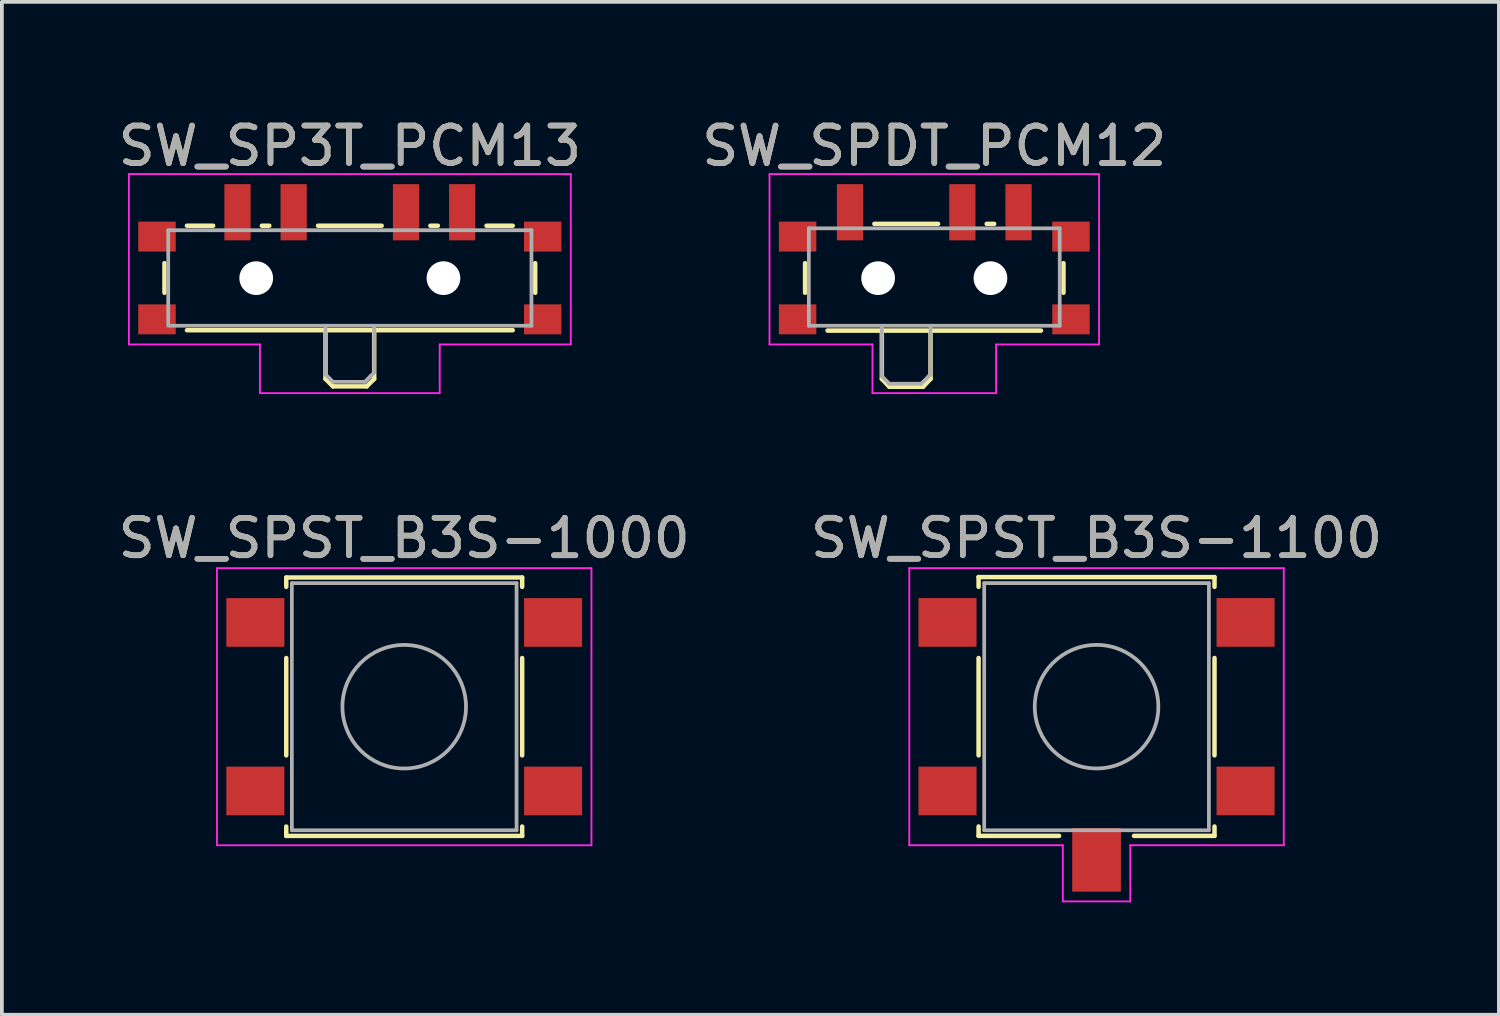
<source format=kicad_pcb>
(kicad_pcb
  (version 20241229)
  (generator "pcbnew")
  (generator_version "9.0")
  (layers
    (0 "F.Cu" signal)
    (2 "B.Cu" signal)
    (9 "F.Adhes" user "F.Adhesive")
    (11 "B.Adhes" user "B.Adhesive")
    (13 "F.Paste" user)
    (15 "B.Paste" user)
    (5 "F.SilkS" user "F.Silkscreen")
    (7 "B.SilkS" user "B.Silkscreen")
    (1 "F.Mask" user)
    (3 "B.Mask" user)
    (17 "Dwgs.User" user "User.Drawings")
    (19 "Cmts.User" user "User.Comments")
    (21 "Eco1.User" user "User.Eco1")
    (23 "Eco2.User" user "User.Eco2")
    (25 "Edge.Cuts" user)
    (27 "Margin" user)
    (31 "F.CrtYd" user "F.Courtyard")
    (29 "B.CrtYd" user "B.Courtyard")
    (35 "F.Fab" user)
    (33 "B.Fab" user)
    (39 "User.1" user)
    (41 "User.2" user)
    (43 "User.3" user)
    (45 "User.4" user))
  (footprint "SW_SPST_B3S-1000"
    (layer "F.Cu")
    (at 7.744 15.822)
    (property "Reference" "SW_SPST_B3S-1000" (at 0 -4.5 0) (layer "F.SilkS") (effects (font (size 1 1) (thickness 0.15))))
    (attr smd)
    (fp_line (start -3.15 -3.45) (end 3.15 -3.45) (stroke (width 0.12) (type solid)) (layer "F.SilkS"))
    (fp_line (start -3.15 -3.2) (end -3.15 -3.45) (stroke (width 0.12) (type solid)) (layer "F.SilkS"))
    (fp_line (start -3.15 1.3) (end -3.15 -1.3) (stroke (width 0.12) (type solid)) (layer "F.SilkS"))
    (fp_line (start -3.15 3.45) (end -3.15 3.2) (stroke (width 0.12) (type solid)) (layer "F.SilkS"))
    (fp_line (start 3.15 -3.45) (end 3.15 -3.2) (stroke (width 0.12) (type solid)) (layer "F.SilkS"))
    (fp_line (start 3.15 -1.3) (end 3.15 1.3) (stroke (width 0.12) (type solid)) (layer "F.SilkS"))
    (fp_line (start 3.15 3.2) (end 3.15 3.45) (stroke (width 0.12) (type solid)) (layer "F.SilkS"))
    (fp_line (start 3.15 3.45) (end -3.15 3.45) (stroke (width 0.12) (type solid)) (layer "F.SilkS"))
    (fp_line (start -5 -3.7) (end -5 3.7) (stroke (width 0.05) (type solid)) (layer "F.CrtYd"))
    (fp_line (start -5 3.7) (end 5 3.7) (stroke (width 0.05) (type solid)) (layer "F.CrtYd"))
    (fp_line (start 5 -3.7) (end -5 -3.7) (stroke (width 0.05) (type solid)) (layer "F.CrtYd"))
    (fp_line (start 5 3.7) (end 5 -3.7) (stroke (width 0.05) (type solid)) (layer "F.CrtYd"))
    (fp_line (start -3 -3.3) (end 3 -3.3) (stroke (width 0.1) (type solid)) (layer "F.Fab"))
    (fp_line (start -3 3.3) (end -3 -3.3) (stroke (width 0.1) (type solid)) (layer "F.Fab"))
    (fp_line (start 3 -3.3) (end 3 3.3) (stroke (width 0.1) (type solid)) (layer "F.Fab"))
    (fp_line (start 3 3.3) (end -3 3.3) (stroke (width 0.1) (type solid)) (layer "F.Fab"))
    (fp_circle (center 0 0) (end 1.65 0) (stroke (width 0.1) (type solid)) (fill no) (layer "F.Fab"))
    (fp_text user "${REFERENCE}" (at 0 -4.5 0) (layer "F.Fab") (effects (font (size 1 1) (thickness 0.15))))
    (pad "1" smd rect (at -3.975 -2.25) (size 1.55 1.3) (layers "F.Cu" "F.Mask" "F.Paste"))
    (pad "1" smd rect (at 3.975 -2.25) (size 1.55 1.3) (layers "F.Cu" "F.Mask" "F.Paste"))
    (pad "2" smd rect (at -3.975 2.25) (size 1.55 1.3) (layers "F.Cu" "F.Mask" "F.Paste"))
    (pad "2" smd rect (at 3.975 2.25) (size 1.55 1.3) (layers "F.Cu" "F.Mask" "F.Paste")))
  (footprint "SW_SPST_B3S-1100"
    (layer "F.Cu")
    (at 26.232 16.741)
    (property "Reference" "SW_SPST_B3S-1100" (at 0 -5.42 0) (layer "F.SilkS") (effects (font (size 1 1) (thickness 0.15))))
    (attr smd)
    (fp_line (start -3.15 -4.38) (end 3.15 -4.38) (stroke (width 0.12) (type solid)) (layer "F.SilkS"))
    (fp_line (start -3.15 -4.12) (end -3.15 -4.38) (stroke (width 0.12) (type solid)) (layer "F.SilkS"))
    (fp_line (start -3.15 0.38) (end -3.15 -2.22) (stroke (width 0.12) (type solid)) (layer "F.SilkS"))
    (fp_line (start -3.15 2.53) (end -3.15 2.28) (stroke (width 0.12) (type solid)) (layer "F.SilkS"))
    (fp_line (start -3.15 2.53) (end -1 2.53) (stroke (width 0.12) (type solid)) (layer "F.SilkS"))
    (fp_line (start 3.15 -4.38) (end 3.15 -4.12) (stroke (width 0.12) (type solid)) (layer "F.SilkS"))
    (fp_line (start 3.15 -2.22) (end 3.15 0.38) (stroke (width 0.12) (type solid)) (layer "F.SilkS"))
    (fp_line (start 3.15 2.28) (end 3.15 2.53) (stroke (width 0.12) (type solid)) (layer "F.SilkS"))
    (fp_line (start 3.15 2.53) (end 1 2.53) (stroke (width 0.12) (type solid)) (layer "F.SilkS"))
    (fp_line (start -5 -4.62) (end -5 2.78) (stroke (width 0.05) (type solid)) (layer "F.CrtYd"))
    (fp_line (start -5 2.78) (end -0.9 2.78) (stroke (width 0.05) (type solid)) (layer "F.CrtYd"))
    (fp_line (start -0.9 2.78) (end -0.9 4.28) (stroke (width 0.05) (type solid)) (layer "F.CrtYd"))
    (fp_line (start -0.9 4.28) (end 0.9 4.28) (stroke (width 0.05) (type solid)) (layer "F.CrtYd"))
    (fp_line (start 0.9 4.28) (end 0.9 2.78) (stroke (width 0.05) (type solid)) (layer "F.CrtYd"))
    (fp_line (start 5 -4.62) (end -5 -4.62) (stroke (width 0.05) (type solid)) (layer "F.CrtYd"))
    (fp_line (start 5 2.78) (end 0.9 2.78) (stroke (width 0.05) (type solid)) (layer "F.CrtYd"))
    (fp_line (start 5 2.78) (end 5 -4.62) (stroke (width 0.05) (type solid)) (layer "F.CrtYd"))
    (fp_line (start -3 -4.22) (end 3 -4.22) (stroke (width 0.1) (type solid)) (layer "F.Fab"))
    (fp_line (start -3 2.38) (end -3 -4.22) (stroke (width 0.1) (type solid)) (layer "F.Fab"))
    (fp_line (start 3 -4.22) (end 3 2.38) (stroke (width 0.1) (type solid)) (layer "F.Fab"))
    (fp_line (start 3 2.38) (end -3 2.38) (stroke (width 0.1) (type solid)) (layer "F.Fab"))
    (fp_circle (center 0 -0.92) (end 1.65 -0.92) (stroke (width 0.1) (type solid)) (fill no) (layer "F.Fab"))
    (fp_text user "${REFERENCE}" (at 0 -5.42 0) (layer "F.Fab") (effects (font (size 1 1) (thickness 0.15))))
    (pad "1" smd rect (at -3.98 -3.17) (size 1.55 1.3) (layers "F.Cu" "F.Mask" "F.Paste"))
    (pad "1" smd rect (at 3.98 -3.17) (size 1.55 1.3) (layers "F.Cu" "F.Mask" "F.Paste"))
    (pad "2" smd rect (at -3.98 1.33) (size 1.55 1.3) (layers "F.Cu" "F.Mask" "F.Paste"))
    (pad "2" smd rect (at 3.98 1.33) (size 1.55 1.3) (layers "F.Cu" "F.Mask" "F.Paste"))
    (pad "3" smd rect (at 0 3.17) (size 1.3 1.7) (layers "F.Cu" "F.Mask" "F.Paste")))
  (footprint "SW_SP3T_PCM13"
    (layer "F.Cu")
    (at 6.292 4.048)
    (property "Reference" "SW_SP3T_PCM13" (at 0 -3.2 0) (layer "F.SilkS") (effects (font (size 1 1) (thickness 0.15))))
    (attr smd)
    (fp_line (start -4.95 -0.07) (end -4.95 0.72) (stroke (width 0.12) (type solid)) (layer "F.SilkS"))
    (fp_line (start -4.35 -1.07) (end -3.65 -1.07) (stroke (width 0.12) (type solid)) (layer "F.SilkS"))
    (fp_line (start -4.35 1.72) (end 4.35 1.72) (stroke (width 0.12) (type solid)) (layer "F.SilkS"))
    (fp_line (start -2.35 -1.07) (end -2.15 -1.07) (stroke (width 0.12) (type solid)) (layer "F.SilkS"))
    (fp_line (start -0.85 -1.07) (end 0.85 -1.07) (stroke (width 0.12) (type solid)) (layer "F.SilkS"))
    (fp_line (start -0.65 1.72) (end -0.65 3.02) (stroke (width 0.12) (type solid)) (layer "F.SilkS"))
    (fp_line (start -0.65 3.02) (end -0.45 3.22) (stroke (width 0.12) (type solid)) (layer "F.SilkS"))
    (fp_line (start 0.45 3.22) (end -0.45 3.22) (stroke (width 0.12) (type solid)) (layer "F.SilkS"))
    (fp_line (start 0.65 3.02) (end 0.45 3.22) (stroke (width 0.12) (type solid)) (layer "F.SilkS"))
    (fp_line (start 0.65 3.02) (end 0.65 1.72) (stroke (width 0.12) (type solid)) (layer "F.SilkS"))
    (fp_line (start 2.15 -1.07) (end 2.35 -1.07) (stroke (width 0.12) (type solid)) (layer "F.SilkS"))
    (fp_line (start 3.65 -1.07) (end 4.35 -1.07) (stroke (width 0.12) (type solid)) (layer "F.SilkS"))
    (fp_line (start 4.95 0.72) (end 4.95 -0.07) (stroke (width 0.12) (type solid)) (layer "F.SilkS"))
    (fp_line (start -5.9 -2.45) (end 5.9 -2.45) (stroke (width 0.05) (type solid)) (layer "F.CrtYd"))
    (fp_line (start -5.9 2.1) (end -5.9 -2.45) (stroke (width 0.05) (type solid)) (layer "F.CrtYd"))
    (fp_line (start -2.4 2.1) (end -5.9 2.1) (stroke (width 0.05) (type solid)) (layer "F.CrtYd"))
    (fp_line (start -2.4 3.4) (end -2.4 2.1) (stroke (width 0.05) (type solid)) (layer "F.CrtYd"))
    (fp_line (start 2.4 2.1) (end 2.4 3.4) (stroke (width 0.05) (type solid)) (layer "F.CrtYd"))
    (fp_line (start 2.4 3.4) (end -2.4 3.4) (stroke (width 0.05) (type solid)) (layer "F.CrtYd"))
    (fp_line (start 5.9 -2.45) (end 5.9 2.1) (stroke (width 0.05) (type solid)) (layer "F.CrtYd"))
    (fp_line (start 5.9 2.1) (end 2.4 2.1) (stroke (width 0.05) (type solid)) (layer "F.CrtYd"))
    (fp_line (start -4.85 -0.95) (end 4.85 -0.95) (stroke (width 0.1) (type solid)) (layer "F.Fab"))
    (fp_line (start -4.85 1.6) (end -4.85 -0.95) (stroke (width 0.1) (type solid)) (layer "F.Fab"))
    (fp_line (start -0.65 1.6) (end -0.65 2.9) (stroke (width 0.1) (type solid)) (layer "F.Fab"))
    (fp_line (start -0.65 2.9) (end -0.45 3.1) (stroke (width 0.1) (type solid)) (layer "F.Fab"))
    (fp_line (start -0.45 3.1) (end 0.4 3.1) (stroke (width 0.1) (type solid)) (layer "F.Fab"))
    (fp_line (start 0.4 3.1) (end 0.55 2.95) (stroke (width 0.1) (type solid)) (layer "F.Fab"))
    (fp_line (start 0.55 2.95) (end 0.65 2.85) (stroke (width 0.1) (type solid)) (layer "F.Fab"))
    (fp_line (start 0.65 2.85) (end 0.65 1.6) (stroke (width 0.1) (type solid)) (layer "F.Fab"))
    (fp_line (start 4.85 -0.95) (end 4.85 1.6) (stroke (width 0.1) (type solid)) (layer "F.Fab"))
    (fp_line (start 4.85 1.6) (end -4.8 1.6) (stroke (width 0.1) (type solid)) (layer "F.Fab"))
    (fp_text user "${REFERENCE}" (at 0 -3.2 0) (layer "F.Fab") (effects (font (size 1 1) (thickness 0.15))))
    (pad "" smd rect (at -5.15 -0.78) (size 1 0.8) (layers "F.Cu" "F.Mask" "F.Paste"))
    (pad "" smd rect (at -5.15 1.43) (size 1 0.8) (layers "F.Cu" "F.Mask" "F.Paste"))
    (pad "" np_thru_hole circle (at -2.5 0.33) (size 0.9 0.9) (drill 0.9) (layers "*.Cu" "*.Mask"))
    (pad "" np_thru_hole circle (at 2.5 0.33) (size 0.9 0.9) (drill 0.9) (layers "*.Cu" "*.Mask"))
    (pad "" smd rect (at 5.15 -0.78) (size 1 0.8) (layers "F.Cu" "F.Mask" "F.Paste"))
    (pad "" smd rect (at 5.15 1.43) (size 1 0.8) (layers "F.Cu" "F.Mask" "F.Paste"))
    (pad "1" smd rect (at -3 -1.43) (size 0.7 1.5) (layers "F.Cu" "F.Mask" "F.Paste"))
    (pad "2" smd rect (at -1.5 -1.43) (size 0.7 1.5) (layers "F.Cu" "F.Mask" "F.Paste"))
    (pad "3" smd rect (at 1.5 -1.43) (size 0.7 1.5) (layers "F.Cu" "F.Mask" "F.Paste"))
    (pad "4" smd rect (at 3 -1.43) (size 0.7 1.5) (layers "F.Cu" "F.Mask" "F.Paste")))
  (footprint "SW_SPDT_PCM12"
    (layer "F.Cu")
    (at 21.899 4.048)
    (property "Reference" "SW_SPDT_PCM12" (at 0 -3.2 0) (layer "F.SilkS") (effects (font (size 1 1) (thickness 0.15))))
    (attr smd)
    (fp_line (start -3.45 -0.07) (end -3.45 0.72) (stroke (width 0.12) (type solid)) (layer "F.SilkS"))
    (fp_line (start -2.85 1.73) (end 2.85 1.73) (stroke (width 0.12) (type solid)) (layer "F.SilkS"))
    (fp_line (start -1.6 -1.12) (end 0.1 -1.12) (stroke (width 0.12) (type solid)) (layer "F.SilkS"))
    (fp_line (start -1.4 1.73) (end -1.4 3.02) (stroke (width 0.12) (type solid)) (layer "F.SilkS"))
    (fp_line (start -1.4 3.02) (end -1.2 3.23) (stroke (width 0.12) (type solid)) (layer "F.SilkS"))
    (fp_line (start -1.2 3.23) (end -0.3 3.23) (stroke (width 0.12) (type solid)) (layer "F.SilkS"))
    (fp_line (start -0.1 3.02) (end -0.3 3.23) (stroke (width 0.12) (type solid)) (layer "F.SilkS"))
    (fp_line (start -0.1 3.02) (end -0.1 1.73) (stroke (width 0.12) (type solid)) (layer "F.SilkS"))
    (fp_line (start 1.4 -1.12) (end 1.6 -1.12) (stroke (width 0.12) (type solid)) (layer "F.SilkS"))
    (fp_line (start 3.45 0.72) (end 3.45 -0.07) (stroke (width 0.12) (type solid)) (layer "F.SilkS"))
    (fp_line (start -4.4 -2.45) (end 4.4 -2.45) (stroke (width 0.05) (type solid)) (layer "F.CrtYd"))
    (fp_line (start -4.4 2.1) (end -4.4 -2.45) (stroke (width 0.05) (type solid)) (layer "F.CrtYd"))
    (fp_line (start -1.65 2.1) (end -4.4 2.1) (stroke (width 0.05) (type solid)) (layer "F.CrtYd"))
    (fp_line (start -1.65 3.4) (end -1.65 2.1) (stroke (width 0.05) (type solid)) (layer "F.CrtYd"))
    (fp_line (start 1.65 2.1) (end 1.65 3.4) (stroke (width 0.05) (type solid)) (layer "F.CrtYd"))
    (fp_line (start 1.65 3.4) (end -1.65 3.4) (stroke (width 0.05) (type solid)) (layer "F.CrtYd"))
    (fp_line (start 4.4 -2.45) (end 4.4 2.1) (stroke (width 0.05) (type solid)) (layer "F.CrtYd"))
    (fp_line (start 4.4 2.1) (end 1.65 2.1) (stroke (width 0.05) (type solid)) (layer "F.CrtYd"))
    (fp_line (start -3.35 -1) (end -3.35 1.6) (stroke (width 0.1) (type solid)) (layer "F.Fab"))
    (fp_line (start -3.35 1.6) (end 3.35 1.6) (stroke (width 0.1) (type solid)) (layer "F.Fab"))
    (fp_line (start -1.4 1.65) (end -1.4 2.95) (stroke (width 0.1) (type solid)) (layer "F.Fab"))
    (fp_line (start -1.4 2.95) (end -1.2 3.15) (stroke (width 0.1) (type solid)) (layer "F.Fab"))
    (fp_line (start -1.2 3.15) (end -0.35 3.15) (stroke (width 0.1) (type solid)) (layer "F.Fab"))
    (fp_line (start -0.35 3.15) (end -0.15 2.95) (stroke (width 0.1) (type solid)) (layer "F.Fab"))
    (fp_line (start -0.15 2.95) (end -0.1 2.9) (stroke (width 0.1) (type solid)) (layer "F.Fab"))
    (fp_line (start -0.1 2.9) (end -0.1 1.6) (stroke (width 0.1) (type solid)) (layer "F.Fab"))
    (fp_line (start 3.35 -1) (end -3.35 -1) (stroke (width 0.1) (type solid)) (layer "F.Fab"))
    (fp_line (start 3.35 1.6) (end 3.35 -1) (stroke (width 0.1) (type solid)) (layer "F.Fab"))
    (fp_text user "${REFERENCE}" (at 0 -3.2 0) (layer "F.Fab") (effects (font (size 1 1) (thickness 0.15))))
    (pad "" smd rect (at -3.65 -0.78) (size 1 0.8) (layers "F.Cu" "F.Mask" "F.Paste"))
    (pad "" smd rect (at -3.65 1.43) (size 1 0.8) (layers "F.Cu" "F.Mask" "F.Paste"))
    (pad "" np_thru_hole circle (at -1.5 0.33) (size 0.9 0.9) (drill 0.9) (layers "*.Cu" "*.Mask"))
    (pad "" np_thru_hole circle (at 1.5 0.33) (size 0.9 0.9) (drill 0.9) (layers "*.Cu" "*.Mask"))
    (pad "" smd rect (at 3.65 -0.78) (size 1 0.8) (layers "F.Cu" "F.Mask" "F.Paste"))
    (pad "" smd rect (at 3.65 1.43) (size 1 0.8) (layers "F.Cu" "F.Mask" "F.Paste"))
    (pad "1" smd rect (at -2.25 -1.43) (size 0.7 1.5) (layers "F.Cu" "F.Mask" "F.Paste"))
    (pad "2" smd rect (at 0.75 -1.43) (size 0.7 1.5) (layers "F.Cu" "F.Mask" "F.Paste"))
    (pad "3" smd rect (at 2.25 -1.43) (size 0.7 1.5) (layers "F.Cu" "F.Mask" "F.Paste")))
  (gr_rect
    (start -3 -3)
    (end 36.976 24.047)
    (stroke (width 0.1) (type default))
    (fill no)
    (layer "Edge.Cuts")))
</source>
